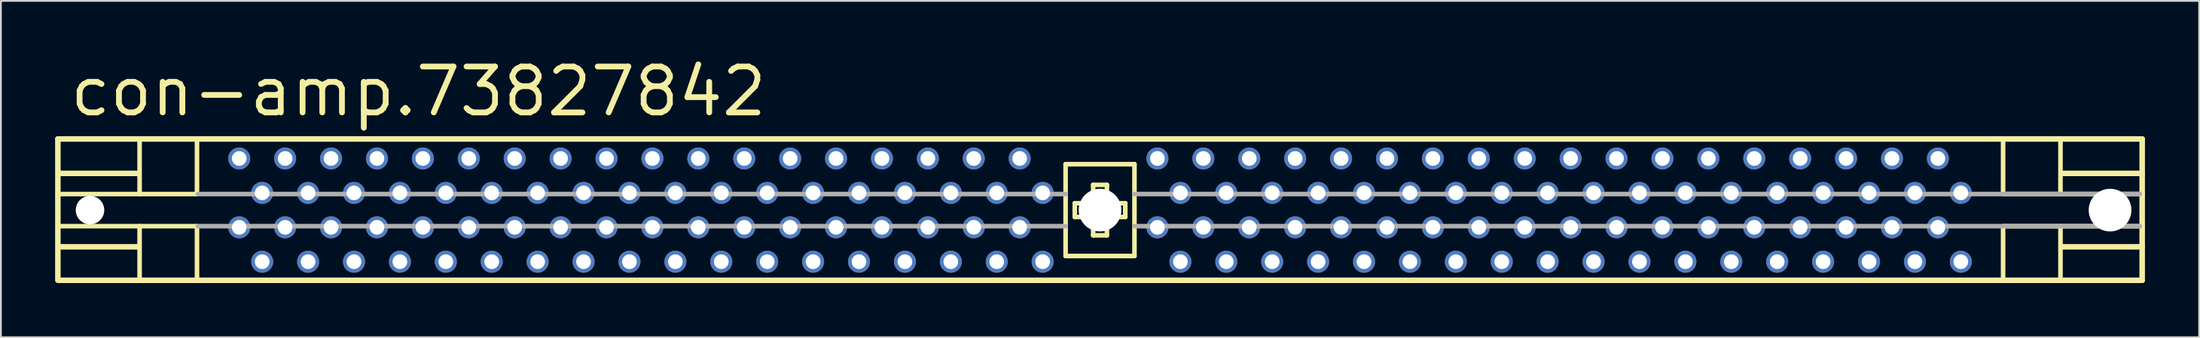
<source format=kicad_pcb>
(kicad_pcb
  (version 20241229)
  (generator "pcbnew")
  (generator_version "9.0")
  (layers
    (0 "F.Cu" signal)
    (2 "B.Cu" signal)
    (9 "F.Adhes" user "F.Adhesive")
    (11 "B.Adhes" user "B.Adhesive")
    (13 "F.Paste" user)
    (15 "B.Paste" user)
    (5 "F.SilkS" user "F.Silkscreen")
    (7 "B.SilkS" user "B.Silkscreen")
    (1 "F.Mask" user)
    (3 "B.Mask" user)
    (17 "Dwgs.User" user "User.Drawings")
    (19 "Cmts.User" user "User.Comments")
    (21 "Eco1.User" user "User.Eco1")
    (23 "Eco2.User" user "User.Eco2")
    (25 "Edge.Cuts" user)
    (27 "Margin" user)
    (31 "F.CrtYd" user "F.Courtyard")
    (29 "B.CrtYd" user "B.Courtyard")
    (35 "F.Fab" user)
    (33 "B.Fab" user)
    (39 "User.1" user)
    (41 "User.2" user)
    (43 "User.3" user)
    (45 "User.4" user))
  (footprint "con-amp.73827842"
    (layer "F.Cu")
    (at 57.81 8.58)
    (property "Reference" "con-amp.73827842" (at -57.15 -5.08 0) (layer "F.SilkS") (effects (font (size 2.54 2.54) (thickness 0.32)) (justify left bottom)))
    (attr through_hole)
    (fp_line (start -57.658 -3.937) (end -57.658 3.81) (stroke (width 0.305) (type default)) (layer "F.SilkS"))
    (fp_line (start -57.658 -3.937) (end 57.658 -3.937) (stroke (width 0.305) (type default)) (layer "F.SilkS"))
    (fp_line (start -57.658 -0.889) (end -50.038 -0.889) (stroke (width 0.254) (type default)) (layer "F.SilkS"))
    (fp_line (start -57.658 0.889) (end -50.038 0.889) (stroke (width 0.254) (type default)) (layer "F.SilkS"))
    (fp_line (start -57.531 -2.032) (end -53.213 -2.032) (stroke (width 0.305) (type default)) (layer "F.SilkS"))
    (fp_line (start -57.531 2.032) (end -53.213 2.032) (stroke (width 0.305) (type default)) (layer "F.SilkS"))
    (fp_line (start -53.137 -3.861) (end -53.137 -0.889) (stroke (width 0.254) (type default)) (layer "F.SilkS"))
    (fp_line (start -53.137 0.889) (end -53.137 3.81) (stroke (width 0.254) (type default)) (layer "F.SilkS"))
    (fp_line (start -49.962 -3.861) (end -49.962 -0.889) (stroke (width 0.254) (type default)) (layer "F.SilkS"))
    (fp_line (start -49.962 0.889) (end -49.962 3.81) (stroke (width 0.254) (type default)) (layer "F.SilkS"))
    (fp_line (start -1.905 -2.54) (end -1.905 2.54) (stroke (width 0.254) (type default)) (layer "F.SilkS"))
    (fp_line (start -1.905 2.54) (end 1.905 2.54) (stroke (width 0.254) (type default)) (layer "F.SilkS"))
    (fp_line (start -1.397 -0.381) (end -1.397 0.381) (stroke (width 0.254) (type default)) (layer "F.SilkS"))
    (fp_line (start -1.397 0.381) (end -0.381 0.381) (stroke (width 0.254) (type default)) (layer "F.SilkS"))
    (fp_line (start -0.381 -1.397) (end -0.381 -0.381) (stroke (width 0.254) (type default)) (layer "F.SilkS"))
    (fp_line (start -0.381 -0.381) (end -1.397 -0.381) (stroke (width 0.254) (type default)) (layer "F.SilkS"))
    (fp_line (start -0.381 0.381) (end -0.381 1.397) (stroke (width 0.254) (type default)) (layer "F.SilkS"))
    (fp_line (start -0.381 1.397) (end 0.381 1.397) (stroke (width 0.254) (type default)) (layer "F.SilkS"))
    (fp_line (start 0.381 -1.397) (end -0.381 -1.397) (stroke (width 0.254) (type default)) (layer "F.SilkS"))
    (fp_line (start 0.381 -0.381) (end 0.381 -1.397) (stroke (width 0.254) (type default)) (layer "F.SilkS"))
    (fp_line (start 0.381 0.381) (end 1.397 0.381) (stroke (width 0.254) (type default)) (layer "F.SilkS"))
    (fp_line (start 0.381 1.397) (end 0.381 0.381) (stroke (width 0.254) (type default)) (layer "F.SilkS"))
    (fp_line (start 1.397 -0.381) (end 0.381 -0.381) (stroke (width 0.254) (type default)) (layer "F.SilkS"))
    (fp_line (start 1.397 0.381) (end 1.397 -0.381) (stroke (width 0.254) (type default)) (layer "F.SilkS"))
    (fp_line (start 1.905 -2.54) (end -1.905 -2.54) (stroke (width 0.254) (type default)) (layer "F.SilkS"))
    (fp_line (start 1.905 2.54) (end 1.905 -2.54) (stroke (width 0.254) (type default)) (layer "F.SilkS"))
    (fp_line (start 49.962 -3.861) (end 49.962 -0.889) (stroke (width 0.254) (type default)) (layer "F.SilkS"))
    (fp_line (start 49.962 0.889) (end 49.962 3.81) (stroke (width 0.254) (type default)) (layer "F.SilkS"))
    (fp_line (start 53.137 -3.861) (end 53.137 -0.889) (stroke (width 0.254) (type default)) (layer "F.SilkS"))
    (fp_line (start 53.137 0.889) (end 53.137 3.81) (stroke (width 0.254) (type default)) (layer "F.SilkS"))
    (fp_line (start 57.658 -3.937) (end 57.658 -2.032) (stroke (width 0.305) (type default)) (layer "F.SilkS"))
    (fp_line (start 57.658 -2.032) (end 53.213 -2.032) (stroke (width 0.305) (type default)) (layer "F.SilkS"))
    (fp_line (start 57.658 -2.032) (end 57.658 -0.889) (stroke (width 0.305) (type default)) (layer "F.SilkS"))
    (fp_line (start 57.658 -0.889) (end 50.038 -0.889) (stroke (width 0.254) (type default)) (layer "F.SilkS"))
    (fp_line (start 57.658 -0.889) (end 57.658 0.889) (stroke (width 0.305) (type default)) (layer "F.SilkS"))
    (fp_line (start 57.658 0.889) (end 50.038 0.889) (stroke (width 0.254) (type default)) (layer "F.SilkS"))
    (fp_line (start 57.658 0.889) (end 57.658 2.032) (stroke (width 0.305) (type default)) (layer "F.SilkS"))
    (fp_line (start 57.658 2.032) (end 53.213 2.032) (stroke (width 0.305) (type default)) (layer "F.SilkS"))
    (fp_line (start 57.658 2.032) (end 57.658 3.886) (stroke (width 0.305) (type default)) (layer "F.SilkS"))
    (fp_line (start 57.658 3.886) (end -57.658 3.886) (stroke (width 0.305) (type default)) (layer "F.SilkS"))
    (fp_line (start -49.911 -0.889) (end -1.905 -0.889) (stroke (width 0.254) (type default)) (layer "F.Fab"))
    (fp_line (start -49.911 0.889) (end -1.905 0.889) (stroke (width 0.254) (type default)) (layer "F.Fab"))
    (fp_line (start 1.905 -0.889) (end 57.531 -0.889) (stroke (width 0.254) (type default)) (layer "F.Fab"))
    (fp_line (start 1.905 0.889) (end 57.531 0.889) (stroke (width 0.254) (type default)) (layer "F.Fab"))
    (pad "" np_thru_hole circle (at -55.88 0) (size 1.575 1.575) (drill 1.575) (layers "*.Cu" "*.Mask"))
    (pad "" np_thru_hole circle (at 0 0) (size 2.362 2.362) (drill 2.362) (layers "*.Cu" "*.Mask"))
    (pad "" np_thru_hole circle (at 55.88 0) (size 2.362 2.362) (drill 2.362) (layers "*.Cu" "*.Mask"))
    (pad "1" thru_hole circle (at -47.625 0.953) (size 1.219 1.219) (drill 0.813) (layers "*.Cu" "*.Mask"))
    (pad "2" thru_hole circle (at -46.355 2.857) (size 1.219 1.219) (drill 0.813) (layers "*.Cu" "*.Mask"))
    (pad "3" thru_hole circle (at -45.085 0.953) (size 1.219 1.219) (drill 0.813) (layers "*.Cu" "*.Mask"))
    (pad "4" thru_hole circle (at -43.815 2.857) (size 1.219 1.219) (drill 0.813) (layers "*.Cu" "*.Mask"))
    (pad "5" thru_hole circle (at -42.545 0.953) (size 1.219 1.219) (drill 0.813) (layers "*.Cu" "*.Mask"))
    (pad "6" thru_hole circle (at -41.275 2.857) (size 1.219 1.219) (drill 0.813) (layers "*.Cu" "*.Mask"))
    (pad "7" thru_hole circle (at -40.005 0.953) (size 1.219 1.219) (drill 0.813) (layers "*.Cu" "*.Mask"))
    (pad "8" thru_hole circle (at -38.735 2.857) (size 1.219 1.219) (drill 0.813) (layers "*.Cu" "*.Mask"))
    (pad "9" thru_hole circle (at -37.465 0.953) (size 1.219 1.219) (drill 0.813) (layers "*.Cu" "*.Mask"))
    (pad "10" thru_hole circle (at -36.195 2.857) (size 1.219 1.219) (drill 0.813) (layers "*.Cu" "*.Mask"))
    (pad "11" thru_hole circle (at -34.925 0.953) (size 1.219 1.219) (drill 0.813) (layers "*.Cu" "*.Mask"))
    (pad "12" thru_hole circle (at -33.655 2.857) (size 1.219 1.219) (drill 0.813) (layers "*.Cu" "*.Mask"))
    (pad "13" thru_hole circle (at -32.385 0.953) (size 1.219 1.219) (drill 0.813) (layers "*.Cu" "*.Mask"))
    (pad "14" thru_hole circle (at -31.115 2.857) (size 1.219 1.219) (drill 0.813) (layers "*.Cu" "*.Mask"))
    (pad "15" thru_hole circle (at -29.845 0.953) (size 1.219 1.219) (drill 0.813) (layers "*.Cu" "*.Mask"))
    (pad "16" thru_hole circle (at -28.575 2.857) (size 1.219 1.219) (drill 0.813) (layers "*.Cu" "*.Mask"))
    (pad "17" thru_hole circle (at -27.305 0.953) (size 1.219 1.219) (drill 0.813) (layers "*.Cu" "*.Mask"))
    (pad "18" thru_hole circle (at -26.035 2.857) (size 1.219 1.219) (drill 0.813) (layers "*.Cu" "*.Mask"))
    (pad "19" thru_hole circle (at -24.765 0.953) (size 1.219 1.219) (drill 0.813) (layers "*.Cu" "*.Mask"))
    (pad "20" thru_hole circle (at -23.495 2.857) (size 1.219 1.219) (drill 0.813) (layers "*.Cu" "*.Mask"))
    (pad "21" thru_hole circle (at -22.225 0.953) (size 1.219 1.219) (drill 0.813) (layers "*.Cu" "*.Mask"))
    (pad "22" thru_hole circle (at -20.955 2.857) (size 1.219 1.219) (drill 0.813) (layers "*.Cu" "*.Mask"))
    (pad "23" thru_hole circle (at -19.685 0.953) (size 1.219 1.219) (drill 0.813) (layers "*.Cu" "*.Mask"))
    (pad "24" thru_hole circle (at -18.415 2.857) (size 1.219 1.219) (drill 0.813) (layers "*.Cu" "*.Mask"))
    (pad "25" thru_hole circle (at -17.145 0.953) (size 1.219 1.219) (drill 0.813) (layers "*.Cu" "*.Mask"))
    (pad "26" thru_hole circle (at -15.875 2.857) (size 1.219 1.219) (drill 0.813) (layers "*.Cu" "*.Mask"))
    (pad "27" thru_hole circle (at -14.605 0.953) (size 1.219 1.219) (drill 0.813) (layers "*.Cu" "*.Mask"))
    (pad "28" thru_hole circle (at -13.335 2.857) (size 1.219 1.219) (drill 0.813) (layers "*.Cu" "*.Mask"))
    (pad "29" thru_hole circle (at -12.065 0.953) (size 1.219 1.219) (drill 0.813) (layers "*.Cu" "*.Mask"))
    (pad "30" thru_hole circle (at -10.795 2.857) (size 1.219 1.219) (drill 0.813) (layers "*.Cu" "*.Mask"))
    (pad "31" thru_hole circle (at -9.525 0.953) (size 1.219 1.219) (drill 0.813) (layers "*.Cu" "*.Mask"))
    (pad "32" thru_hole circle (at -8.255 2.857) (size 1.219 1.219) (drill 0.813) (layers "*.Cu" "*.Mask"))
    (pad "33" thru_hole circle (at -6.985 0.953) (size 1.219 1.219) (drill 0.813) (layers "*.Cu" "*.Mask"))
    (pad "34" thru_hole circle (at -5.715 2.857) (size 1.219 1.219) (drill 0.813) (layers "*.Cu" "*.Mask"))
    (pad "35" thru_hole circle (at -4.445 0.953) (size 1.219 1.219) (drill 0.813) (layers "*.Cu" "*.Mask"))
    (pad "36" thru_hole circle (at -3.175 2.857) (size 1.219 1.219) (drill 0.813) (layers "*.Cu" "*.Mask"))
    (pad "37" thru_hole circle (at 3.175 0.953) (size 1.219 1.219) (drill 0.813) (layers "*.Cu" "*.Mask"))
    (pad "38" thru_hole circle (at 4.445 2.857) (size 1.219 1.219) (drill 0.813) (layers "*.Cu" "*.Mask"))
    (pad "39" thru_hole circle (at 5.715 0.953) (size 1.219 1.219) (drill 0.813) (layers "*.Cu" "*.Mask"))
    (pad "40" thru_hole circle (at 6.985 2.857) (size 1.219 1.219) (drill 0.813) (layers "*.Cu" "*.Mask"))
    (pad "41" thru_hole circle (at 8.255 0.953) (size 1.219 1.219) (drill 0.813) (layers "*.Cu" "*.Mask"))
    (pad "42" thru_hole circle (at 9.525 2.857) (size 1.219 1.219) (drill 0.813) (layers "*.Cu" "*.Mask"))
    (pad "43" thru_hole circle (at 10.795 0.953) (size 1.219 1.219) (drill 0.813) (layers "*.Cu" "*.Mask"))
    (pad "44" thru_hole circle (at 12.065 2.857) (size 1.219 1.219) (drill 0.813) (layers "*.Cu" "*.Mask"))
    (pad "45" thru_hole circle (at 13.335 0.953) (size 1.219 1.219) (drill 0.813) (layers "*.Cu" "*.Mask"))
    (pad "46" thru_hole circle (at 14.605 2.857) (size 1.219 1.219) (drill 0.813) (layers "*.Cu" "*.Mask"))
    (pad "47" thru_hole circle (at 15.875 0.953) (size 1.219 1.219) (drill 0.813) (layers "*.Cu" "*.Mask"))
    (pad "48" thru_hole circle (at 17.145 2.857) (size 1.219 1.219) (drill 0.813) (layers "*.Cu" "*.Mask"))
    (pad "49" thru_hole circle (at 18.415 0.953) (size 1.219 1.219) (drill 0.813) (layers "*.Cu" "*.Mask"))
    (pad "50" thru_hole circle (at 19.685 2.857) (size 1.219 1.219) (drill 0.813) (layers "*.Cu" "*.Mask"))
    (pad "51" thru_hole circle (at 20.955 0.953) (size 1.219 1.219) (drill 0.813) (layers "*.Cu" "*.Mask"))
    (pad "52" thru_hole circle (at 22.225 2.857) (size 1.219 1.219) (drill 0.813) (layers "*.Cu" "*.Mask"))
    (pad "53" thru_hole circle (at 23.495 0.953) (size 1.219 1.219) (drill 0.813) (layers "*.Cu" "*.Mask"))
    (pad "54" thru_hole circle (at 24.765 2.857) (size 1.219 1.219) (drill 0.813) (layers "*.Cu" "*.Mask"))
    (pad "55" thru_hole circle (at 26.035 0.953) (size 1.219 1.219) (drill 0.813) (layers "*.Cu" "*.Mask"))
    (pad "56" thru_hole circle (at 27.305 2.857) (size 1.219 1.219) (drill 0.813) (layers "*.Cu" "*.Mask"))
    (pad "57" thru_hole circle (at 28.575 0.953) (size 1.219 1.219) (drill 0.813) (layers "*.Cu" "*.Mask"))
    (pad "58" thru_hole circle (at 29.845 2.857) (size 1.219 1.219) (drill 0.813) (layers "*.Cu" "*.Mask"))
    (pad "59" thru_hole circle (at 31.115 0.953) (size 1.219 1.219) (drill 0.813) (layers "*.Cu" "*.Mask"))
    (pad "60" thru_hole circle (at 32.385 2.857) (size 1.219 1.219) (drill 0.813) (layers "*.Cu" "*.Mask"))
    (pad "61" thru_hole circle (at 33.655 0.953) (size 1.219 1.219) (drill 0.813) (layers "*.Cu" "*.Mask"))
    (pad "62" thru_hole circle (at 34.925 2.857) (size 1.219 1.219) (drill 0.813) (layers "*.Cu" "*.Mask"))
    (pad "63" thru_hole circle (at 36.195 0.953) (size 1.219 1.219) (drill 0.813) (layers "*.Cu" "*.Mask"))
    (pad "64" thru_hole circle (at 37.465 2.857) (size 1.219 1.219) (drill 0.813) (layers "*.Cu" "*.Mask"))
    (pad "65" thru_hole circle (at 38.735 0.953) (size 1.219 1.219) (drill 0.813) (layers "*.Cu" "*.Mask"))
    (pad "66" thru_hole circle (at 40.005 2.857) (size 1.219 1.219) (drill 0.813) (layers "*.Cu" "*.Mask"))
    (pad "67" thru_hole circle (at 41.275 0.953) (size 1.219 1.219) (drill 0.813) (layers "*.Cu" "*.Mask"))
    (pad "68" thru_hole circle (at 42.545 2.857) (size 1.219 1.219) (drill 0.813) (layers "*.Cu" "*.Mask"))
    (pad "69" thru_hole circle (at 43.815 0.953) (size 1.219 1.219) (drill 0.813) (layers "*.Cu" "*.Mask"))
    (pad "70" thru_hole circle (at 45.085 2.857) (size 1.219 1.219) (drill 0.813) (layers "*.Cu" "*.Mask"))
    (pad "71" thru_hole circle (at 46.355 0.953) (size 1.219 1.219) (drill 0.813) (layers "*.Cu" "*.Mask"))
    (pad "72" thru_hole circle (at 47.625 2.857) (size 1.219 1.219) (drill 0.813) (layers "*.Cu" "*.Mask"))
    (pad "73" thru_hole circle (at -47.625 -2.857) (size 1.219 1.219) (drill 0.813) (layers "*.Cu" "*.Mask"))
    (pad "74" thru_hole circle (at -46.355 -0.953) (size 1.219 1.219) (drill 0.813) (layers "*.Cu" "*.Mask"))
    (pad "75" thru_hole circle (at -45.085 -2.857) (size 1.219 1.219) (drill 0.813) (layers "*.Cu" "*.Mask"))
    (pad "76" thru_hole circle (at -43.815 -0.953) (size 1.219 1.219) (drill 0.813) (layers "*.Cu" "*.Mask"))
    (pad "77" thru_hole circle (at -42.545 -2.857) (size 1.219 1.219) (drill 0.813) (layers "*.Cu" "*.Mask"))
    (pad "78" thru_hole circle (at -41.275 -0.953) (size 1.219 1.219) (drill 0.813) (layers "*.Cu" "*.Mask"))
    (pad "79" thru_hole circle (at -40.005 -2.857) (size 1.219 1.219) (drill 0.813) (layers "*.Cu" "*.Mask"))
    (pad "80" thru_hole circle (at -38.735 -0.953) (size 1.219 1.219) (drill 0.813) (layers "*.Cu" "*.Mask"))
    (pad "81" thru_hole circle (at -37.465 -2.857) (size 1.219 1.219) (drill 0.813) (layers "*.Cu" "*.Mask"))
    (pad "82" thru_hole circle (at -36.195 -0.953) (size 1.219 1.219) (drill 0.813) (layers "*.Cu" "*.Mask"))
    (pad "83" thru_hole circle (at -34.925 -2.857) (size 1.219 1.219) (drill 0.813) (layers "*.Cu" "*.Mask"))
    (pad "84" thru_hole circle (at -33.655 -0.953) (size 1.219 1.219) (drill 0.813) (layers "*.Cu" "*.Mask"))
    (pad "85" thru_hole circle (at -32.385 -2.857) (size 1.219 1.219) (drill 0.813) (layers "*.Cu" "*.Mask"))
    (pad "86" thru_hole circle (at -31.115 -0.953) (size 1.219 1.219) (drill 0.813) (layers "*.Cu" "*.Mask"))
    (pad "87" thru_hole circle (at -29.845 -2.857) (size 1.219 1.219) (drill 0.813) (layers "*.Cu" "*.Mask"))
    (pad "88" thru_hole circle (at -28.575 -0.953) (size 1.219 1.219) (drill 0.813) (layers "*.Cu" "*.Mask"))
    (pad "89" thru_hole circle (at -27.305 -2.857) (size 1.219 1.219) (drill 0.813) (layers "*.Cu" "*.Mask"))
    (pad "90" thru_hole circle (at -26.035 -0.953) (size 1.219 1.219) (drill 0.813) (layers "*.Cu" "*.Mask"))
    (pad "91" thru_hole circle (at -24.765 -2.857) (size 1.219 1.219) (drill 0.813) (layers "*.Cu" "*.Mask"))
    (pad "92" thru_hole circle (at -23.495 -0.953) (size 1.219 1.219) (drill 0.813) (layers "*.Cu" "*.Mask"))
    (pad "93" thru_hole circle (at -22.225 -2.857) (size 1.219 1.219) (drill 0.813) (layers "*.Cu" "*.Mask"))
    (pad "94" thru_hole circle (at -20.955 -0.953) (size 1.219 1.219) (drill 0.813) (layers "*.Cu" "*.Mask"))
    (pad "95" thru_hole circle (at -19.685 -2.857) (size 1.219 1.219) (drill 0.813) (layers "*.Cu" "*.Mask"))
    (pad "96" thru_hole circle (at -18.415 -0.953) (size 1.219 1.219) (drill 0.813) (layers "*.Cu" "*.Mask"))
    (pad "97" thru_hole circle (at -17.145 -2.857) (size 1.219 1.219) (drill 0.813) (layers "*.Cu" "*.Mask"))
    (pad "98" thru_hole circle (at -15.875 -0.953) (size 1.219 1.219) (drill 0.813) (layers "*.Cu" "*.Mask"))
    (pad "99" thru_hole circle (at -14.605 -2.857) (size 1.219 1.219) (drill 0.813) (layers "*.Cu" "*.Mask"))
    (pad "100" thru_hole circle (at -13.335 -0.953) (size 1.219 1.219) (drill 0.813) (layers "*.Cu" "*.Mask"))
    (pad "101" thru_hole circle (at -12.065 -2.857) (size 1.219 1.219) (drill 0.813) (layers "*.Cu" "*.Mask"))
    (pad "102" thru_hole circle (at -10.795 -0.953) (size 1.219 1.219) (drill 0.813) (layers "*.Cu" "*.Mask"))
    (pad "103" thru_hole circle (at -9.525 -2.857) (size 1.219 1.219) (drill 0.813) (layers "*.Cu" "*.Mask"))
    (pad "104" thru_hole circle (at -8.255 -0.953) (size 1.219 1.219) (drill 0.813) (layers "*.Cu" "*.Mask"))
    (pad "105" thru_hole circle (at -6.985 -2.857) (size 1.219 1.219) (drill 0.813) (layers "*.Cu" "*.Mask"))
    (pad "106" thru_hole circle (at -5.715 -0.953) (size 1.219 1.219) (drill 0.813) (layers "*.Cu" "*.Mask"))
    (pad "107" thru_hole circle (at -4.445 -2.857) (size 1.219 1.219) (drill 0.813) (layers "*.Cu" "*.Mask"))
    (pad "108" thru_hole circle (at -3.175 -0.953) (size 1.219 1.219) (drill 0.813) (layers "*.Cu" "*.Mask"))
    (pad "109" thru_hole circle (at 3.175 -2.857) (size 1.219 1.219) (drill 0.813) (layers "*.Cu" "*.Mask"))
    (pad "110" thru_hole circle (at 4.445 -0.953) (size 1.219 1.219) (drill 0.813) (layers "*.Cu" "*.Mask"))
    (pad "111" thru_hole circle (at 5.715 -2.857) (size 1.219 1.219) (drill 0.813) (layers "*.Cu" "*.Mask"))
    (pad "112" thru_hole circle (at 6.985 -0.953) (size 1.219 1.219) (drill 0.813) (layers "*.Cu" "*.Mask"))
    (pad "113" thru_hole circle (at 8.255 -2.857) (size 1.219 1.219) (drill 0.813) (layers "*.Cu" "*.Mask"))
    (pad "114" thru_hole circle (at 9.525 -0.953) (size 1.219 1.219) (drill 0.813) (layers "*.Cu" "*.Mask"))
    (pad "115" thru_hole circle (at 10.795 -2.857) (size 1.219 1.219) (drill 0.813) (layers "*.Cu" "*.Mask"))
    (pad "116" thru_hole circle (at 12.065 -0.953) (size 1.219 1.219) (drill 0.813) (layers "*.Cu" "*.Mask"))
    (pad "117" thru_hole circle (at 13.335 -2.857) (size 1.219 1.219) (drill 0.813) (layers "*.Cu" "*.Mask"))
    (pad "118" thru_hole circle (at 14.605 -0.953) (size 1.219 1.219) (drill 0.813) (layers "*.Cu" "*.Mask"))
    (pad "119" thru_hole circle (at 15.875 -2.857) (size 1.219 1.219) (drill 0.813) (layers "*.Cu" "*.Mask"))
    (pad "120" thru_hole circle (at 17.145 -0.953) (size 1.219 1.219) (drill 0.813) (layers "*.Cu" "*.Mask"))
    (pad "121" thru_hole circle (at 18.415 -2.857) (size 1.219 1.219) (drill 0.813) (layers "*.Cu" "*.Mask"))
    (pad "122" thru_hole circle (at 19.685 -0.953) (size 1.219 1.219) (drill 0.813) (layers "*.Cu" "*.Mask"))
    (pad "123" thru_hole circle (at 20.955 -2.857) (size 1.219 1.219) (drill 0.813) (layers "*.Cu" "*.Mask"))
    (pad "124" thru_hole circle (at 22.225 -0.953) (size 1.219 1.219) (drill 0.813) (layers "*.Cu" "*.Mask"))
    (pad "125" thru_hole circle (at 23.495 -2.857) (size 1.219 1.219) (drill 0.813) (layers "*.Cu" "*.Mask"))
    (pad "126" thru_hole circle (at 24.765 -0.953) (size 1.219 1.219) (drill 0.813) (layers "*.Cu" "*.Mask"))
    (pad "127" thru_hole circle (at 26.035 -2.857) (size 1.219 1.219) (drill 0.813) (layers "*.Cu" "*.Mask"))
    (pad "128" thru_hole circle (at 27.305 -0.953) (size 1.219 1.219) (drill 0.813) (layers "*.Cu" "*.Mask"))
    (pad "129" thru_hole circle (at 28.575 -2.857) (size 1.219 1.219) (drill 0.813) (layers "*.Cu" "*.Mask"))
    (pad "130" thru_hole circle (at 29.845 -0.953) (size 1.219 1.219) (drill 0.813) (layers "*.Cu" "*.Mask"))
    (pad "131" thru_hole circle (at 31.115 -2.857) (size 1.219 1.219) (drill 0.813) (layers "*.Cu" "*.Mask"))
    (pad "132" thru_hole circle (at 32.385 -0.953) (size 1.219 1.219) (drill 0.813) (layers "*.Cu" "*.Mask"))
    (pad "133" thru_hole circle (at 33.655 -2.857) (size 1.219 1.219) (drill 0.813) (layers "*.Cu" "*.Mask"))
    (pad "134" thru_hole circle (at 34.925 -0.953) (size 1.219 1.219) (drill 0.813) (layers "*.Cu" "*.Mask"))
    (pad "135" thru_hole circle (at 36.195 -2.857) (size 1.219 1.219) (drill 0.813) (layers "*.Cu" "*.Mask"))
    (pad "136" thru_hole circle (at 37.465 -0.953) (size 1.219 1.219) (drill 0.813) (layers "*.Cu" "*.Mask"))
    (pad "137" thru_hole circle (at 38.735 -2.857) (size 1.219 1.219) (drill 0.813) (layers "*.Cu" "*.Mask"))
    (pad "138" thru_hole circle (at 40.005 -0.953) (size 1.219 1.219) (drill 0.813) (layers "*.Cu" "*.Mask"))
    (pad "139" thru_hole circle (at 41.275 -2.857) (size 1.219 1.219) (drill 0.813) (layers "*.Cu" "*.Mask"))
    (pad "140" thru_hole circle (at 42.545 -0.953) (size 1.219 1.219) (drill 0.813) (layers "*.Cu" "*.Mask"))
    (pad "141" thru_hole circle (at 43.815 -2.857) (size 1.219 1.219) (drill 0.813) (layers "*.Cu" "*.Mask"))
    (pad "142" thru_hole circle (at 45.085 -0.953) (size 1.219 1.219) (drill 0.813) (layers "*.Cu" "*.Mask"))
    (pad "143" thru_hole circle (at 46.355 -2.857) (size 1.219 1.219) (drill 0.813) (layers "*.Cu" "*.Mask"))
    (pad "144" thru_hole circle (at 47.625 -0.953) (size 1.219 1.219) (drill 0.813) (layers "*.Cu" "*.Mask")))
  (gr_rect
    (start -3 -3)
    (end 118.621 15.619)
    (stroke (width 0.1) (type default))
    (fill no)
    (layer "Edge.Cuts")))
</source>
